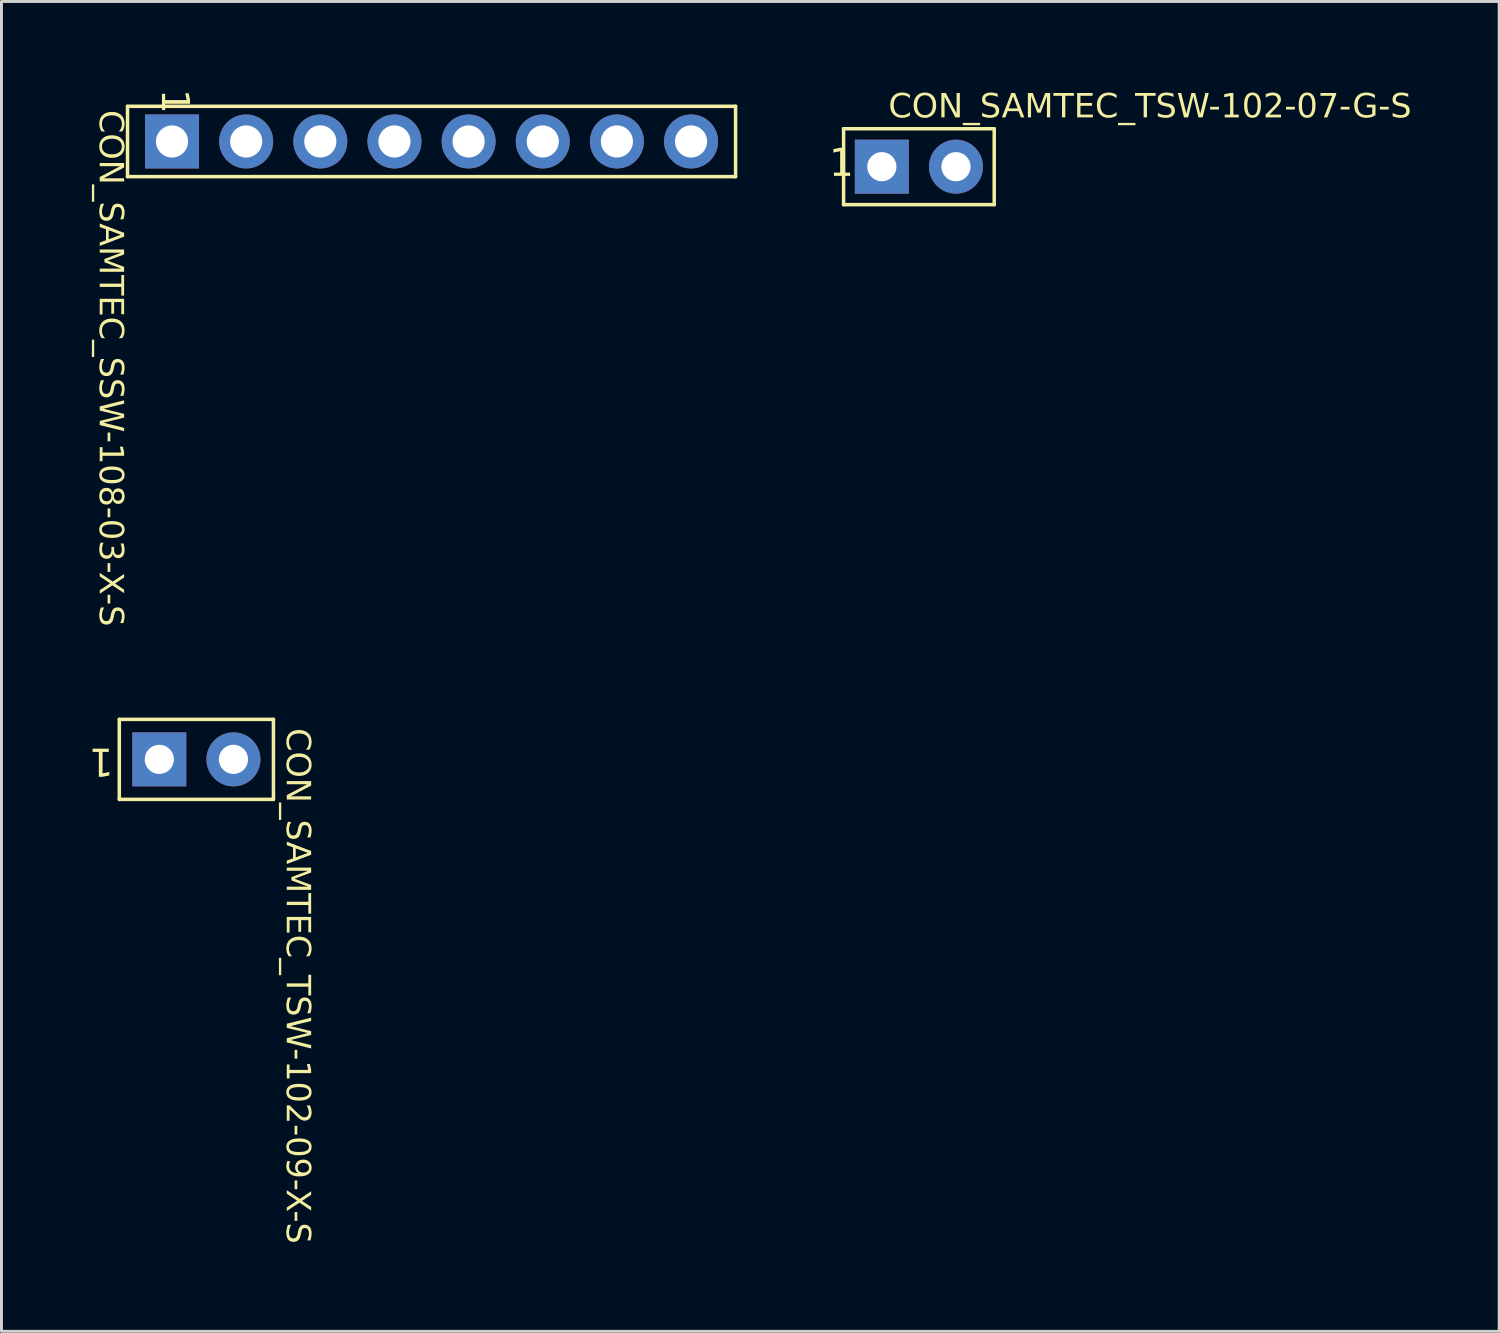
<source format=kicad_pcb>
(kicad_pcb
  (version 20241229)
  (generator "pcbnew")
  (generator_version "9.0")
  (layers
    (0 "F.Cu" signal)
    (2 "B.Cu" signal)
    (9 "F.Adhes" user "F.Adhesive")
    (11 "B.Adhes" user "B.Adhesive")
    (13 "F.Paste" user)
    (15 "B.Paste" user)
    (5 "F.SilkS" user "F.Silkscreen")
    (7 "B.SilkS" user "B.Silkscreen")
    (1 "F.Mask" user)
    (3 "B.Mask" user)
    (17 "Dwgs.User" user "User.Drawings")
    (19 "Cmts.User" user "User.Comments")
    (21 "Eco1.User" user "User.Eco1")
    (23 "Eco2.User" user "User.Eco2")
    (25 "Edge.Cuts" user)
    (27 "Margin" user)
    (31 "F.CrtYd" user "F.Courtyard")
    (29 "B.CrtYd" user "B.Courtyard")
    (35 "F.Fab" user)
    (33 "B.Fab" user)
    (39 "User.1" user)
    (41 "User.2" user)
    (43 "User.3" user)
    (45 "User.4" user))
  (footprint "CON_SAMTEC_TSW-102-09-X-S"
    (layer "F.Cu")
    (at 3.677 22.963)
    (property "Reference" "CON_SAMTEC_TSW-102-09-X-S" (at 2.957 -1.07 270) (unlocked yes) (layer "F.SilkS") (effects (font (face "Arial") (size 0.819 0.819) (thickness 0.254)) (justify left bottom)))
    (fp_line (start -2.64 -1.37) (end -2.64 1.37) (stroke (width 0.12) (type solid)) (layer "F.SilkS"))
    (fp_line (start 2.64 -1.37) (end -2.64 -1.37) (stroke (width 0.12) (type solid)) (layer "F.SilkS"))
    (fp_line (start 2.64 -1.37) (end 2.64 1.37) (stroke (width 0.12) (type solid)) (layer "F.SilkS"))
    (fp_line (start 2.64 1.37) (end -2.64 1.37) (stroke (width 0.12) (type solid)) (layer "F.SilkS"))
    (fp_line (start -2.82 -1.55) (end -2.82 1.55) (stroke (width 0.01) (type solid)) (layer "Eco1.User"))
    (fp_line (start -2.64 -1.37) (end -2.64 1.37) (stroke (width 0.01) (type solid)) (layer "Eco1.User"))
    (fp_line (start -2.195 -0.925) (end -2.195 0.925) (stroke (width 0.01) (type solid)) (layer "Eco1.User"))
    (fp_line (start -0.345 -0.925) (end -2.195 -0.925) (stroke (width 0.01) (type solid)) (layer "Eco1.User"))
    (fp_line (start -0.345 -0.925) (end -0.345 0.925) (stroke (width 0.01) (type solid)) (layer "Eco1.User"))
    (fp_line (start -0.345 0.925) (end -2.195 0.925) (stroke (width 0.01) (type solid)) (layer "Eco1.User"))
    (fp_line (start 2.64 -1.37) (end -2.64 -1.37) (stroke (width 0.01) (type solid)) (layer "Eco1.User"))
    (fp_line (start 2.64 -1.37) (end 2.64 1.37) (stroke (width 0.01) (type solid)) (layer "Eco1.User"))
    (fp_line (start 2.64 1.37) (end -2.64 1.37) (stroke (width 0.01) (type solid)) (layer "Eco1.User"))
    (fp_line (start 2.82 -1.55) (end -2.82 -1.55) (stroke (width 0.01) (type solid)) (layer "Eco1.User"))
    (fp_line (start 2.82 -1.55) (end 2.82 1.55) (stroke (width 0.01) (type solid)) (layer "Eco1.User"))
    (fp_line (start 2.82 1.55) (end -2.82 1.55) (stroke (width 0.01) (type solid)) (layer "Eco1.User"))
    (fp_circle (center 1.27 0) (end 1.27 0.925) (stroke (width 0.01) (type solid)) (fill no) (layer "Eco1.User"))
    (fp_text user "1" (at -2.836 -0.527 180) (unlocked yes) (layer "F.SilkS") (effects (font (face "Arial") (size 0.945 0.945) (thickness 0.12)) (justify left bottom)))
    (fp_text user "1" (at -1.193 -0.495 180) (unlocked yes) (layer "Eco1.User") (effects (font (face "Arial") (size 0.945 0.945) (thickness 0.1)) (justify left bottom)))
    (fp_text user "'.Designator'" (at 2.019 -0.42 180) (unlocked yes) (layer "Eco1.User") (effects (font (face "Arial") (size 0.472 0.472) (thickness 0.254)) (justify left bottom)))
    (pad "1" thru_hole rect (at -1.27 0) (size 1.85 1.85) (drill 1) (layers "*.Cu" "*.Mask"))
    (pad "2" thru_hole circle (at 1.27 0) (size 1.85 1.85) (drill 1) (layers "*.Cu" "*.Mask")))
  (footprint "CON_SAMTEC_TSW-102-07-G-S"
    (layer "F.Cu")
    (at 28.428 2.66)
    (property "Reference" "CON_SAMTEC_TSW-102-07-G-S" (at -1.045 -1.55 0) (unlocked yes) (layer "F.SilkS") (effects (font (face "Arial") (size 0.819 0.819) (thickness 0.254)) (justify left bottom)))
    (fp_line (start -2.58 -1.3) (end 2.58 -1.3) (stroke (width 0.12) (type solid)) (layer "F.SilkS"))
    (fp_line (start -2.58 1.3) (end -2.58 -1.3) (stroke (width 0.12) (type solid)) (layer "F.SilkS"))
    (fp_line (start -2.58 1.3) (end 2.58 1.3) (stroke (width 0.12) (type solid)) (layer "F.SilkS"))
    (fp_line (start 2.58 1.3) (end 2.58 -1.3) (stroke (width 0.12) (type solid)) (layer "F.SilkS"))
    (fp_line (start -2.82 -1.55) (end 2.82 -1.55) (stroke (width 0.01) (type solid)) (layer "Eco1.User"))
    (fp_line (start -2.82 1.55) (end -2.82 -1.55) (stroke (width 0.01) (type solid)) (layer "Eco1.User"))
    (fp_line (start -2.82 1.55) (end 2.82 1.55) (stroke (width 0.01) (type solid)) (layer "Eco1.User"))
    (fp_line (start -2.64 -1.37) (end 2.64 -1.37) (stroke (width 0.01) (type solid)) (layer "Eco1.User"))
    (fp_line (start -2.64 1.37) (end -2.64 -1.37) (stroke (width 0.01) (type solid)) (layer "Eco1.User"))
    (fp_line (start -2.64 1.37) (end 2.64 1.37) (stroke (width 0.01) (type solid)) (layer "Eco1.User"))
    (fp_line (start -2.195 -0.925) (end -0.345 -0.925) (stroke (width 0.01) (type solid)) (layer "Eco1.User"))
    (fp_line (start -2.195 0.925) (end -2.195 -0.925) (stroke (width 0.01) (type solid)) (layer "Eco1.User"))
    (fp_line (start -2.195 0.925) (end -0.345 0.925) (stroke (width 0.01) (type solid)) (layer "Eco1.User"))
    (fp_line (start -0.345 0.925) (end -0.345 -0.925) (stroke (width 0.01) (type solid)) (layer "Eco1.User"))
    (fp_line (start 2.64 1.37) (end 2.64 -1.37) (stroke (width 0.01) (type solid)) (layer "Eco1.User"))
    (fp_line (start 2.82 1.55) (end 2.82 -1.55) (stroke (width 0.01) (type solid)) (layer "Eco1.User"))
    (fp_circle (center 1.27 0) (end 1.27 -0.925) (stroke (width 0.01) (type solid)) (fill no) (layer "Eco1.User"))
    (fp_text user "1" (at -3.075 0.475 0) (unlocked yes) (layer "F.SilkS") (effects (font (face "Arial") (size 0.945 0.945) (thickness 0.12)) (justify left bottom)))
    (fp_text user "1" (at -1.525 0.525 0) (unlocked yes) (layer "Eco1.User") (effects (font (face "Arial") (size 0.945 0.945) (thickness 0.1)) (justify left bottom)))
    (fp_text user "'.Designator'" (at -2 0.5 0) (unlocked yes) (layer "Eco1.User") (effects (font (face "Arial") (size 0.472 0.472) (thickness 0.254)) (justify left bottom)))
    (pad "1" thru_hole rect (at -1.27 0) (size 1.85 1.85) (drill 1) (layers "*.Cu" "*.Mask"))
    (pad "2" thru_hole circle (at 1.27 0) (size 1.85 1.85) (drill 1) (layers "*.Cu" "*.Mask")))
  (footprint "CON_SAMTEC_SSW-108-03-X-S"
    (layer "F.Cu")
    (at 11.733 1.796)
    (property "Reference" "CON_SAMTEC_SSW-108-03-X-S" (at -11.506 -1.077 270) (unlocked yes) (layer "F.SilkS") (effects (font (face "Arial") (size 0.819 0.819) (thickness 0.254)) (justify left bottom)))
    (fp_line (start -10.415 -1.205) (end -10.415 1.205) (stroke (width 0.12) (type solid)) (layer "F.SilkS"))
    (fp_line (start -10.415 -1.205) (end 10.415 -1.205) (stroke (width 0.12) (type solid)) (layer "F.SilkS"))
    (fp_line (start -10.415 1.205) (end 10.415 1.205) (stroke (width 0.12) (type solid)) (layer "F.SilkS"))
    (fp_line (start 10.415 -1.205) (end 10.415 1.205) (stroke (width 0.12) (type solid)) (layer "F.SilkS"))
    (fp_line (start -10.615 -1.405) (end -10.615 1.405) (stroke (width 0.01) (type solid)) (layer "Eco1.User"))
    (fp_line (start -10.615 -1.405) (end 10.615 -1.405) (stroke (width 0.01) (type solid)) (layer "Eco1.User"))
    (fp_line (start -10.615 1.405) (end 10.615 1.405) (stroke (width 0.01) (type solid)) (layer "Eco1.User"))
    (fp_line (start -10.415 -1.205) (end -10.415 1.205) (stroke (width 0.01) (type solid)) (layer "Eco1.User"))
    (fp_line (start -10.415 -1.205) (end 10.415 -1.205) (stroke (width 0.01) (type solid)) (layer "Eco1.User"))
    (fp_line (start -10.415 1.205) (end 10.415 1.205) (stroke (width 0.01) (type solid)) (layer "Eco1.User"))
    (fp_line (start -9.815 -0.925) (end -9.815 0.925) (stroke (width 0.01) (type solid)) (layer "Eco1.User"))
    (fp_line (start -9.815 -0.925) (end -7.965 -0.925) (stroke (width 0.01) (type solid)) (layer "Eco1.User"))
    (fp_line (start -9.815 0.925) (end -7.965 0.925) (stroke (width 0.01) (type solid)) (layer "Eco1.User"))
    (fp_line (start -7.965 -0.925) (end -7.965 0.925) (stroke (width 0.01) (type solid)) (layer "Eco1.User"))
    (fp_line (start 10.415 -1.205) (end 10.415 1.205) (stroke (width 0.01) (type solid)) (layer "Eco1.User"))
    (fp_line (start 10.615 -1.405) (end 10.615 1.405) (stroke (width 0.01) (type solid)) (layer "Eco1.User"))
    (fp_circle (center -6.35 0) (end -5.425 0) (stroke (width 0.01) (type solid)) (fill no) (layer "Eco1.User"))
    (fp_circle (center -3.81 0) (end -2.885 0) (stroke (width 0.01) (type solid)) (fill no) (layer "Eco1.User"))
    (fp_circle (center -1.27 0) (end -0.345 0) (stroke (width 0.01) (type solid)) (fill no) (layer "Eco1.User"))
    (fp_circle (center 1.27 0) (end 2.195 0) (stroke (width 0.01) (type solid)) (fill no) (layer "Eco1.User"))
    (fp_circle (center 3.81 0) (end 4.735 0) (stroke (width 0.01) (type solid)) (fill no) (layer "Eco1.User"))
    (fp_circle (center 6.35 0) (end 7.275 0) (stroke (width 0.01) (type solid)) (fill no) (layer "Eco1.User"))
    (fp_circle (center 8.89 0) (end 9.815 0) (stroke (width 0.01) (type solid)) (fill no) (layer "Eco1.User"))
    (fp_text user "1" (at -9.396 -1.796 270) (unlocked yes) (layer "F.SilkS") (effects (font (face "Arial") (size 0.945 0.945) (thickness 0.12)) (justify left bottom)))
    (fp_text user "1" (at -9.08 0.5 0) (unlocked yes) (layer "Eco1.User") (effects (font (face "Arial") (size 0.945 0.945) (thickness 0.1)) (justify left bottom)))
    (fp_text user "8" (at 8.55 0.525 0) (unlocked yes) (layer "Eco1.User") (effects (font (face "Arial") (size 0.945 0.945) (thickness 0.1)) (justify left bottom)))
    (fp_text user "'.Designator'" (at -2 0.5 0) (unlocked yes) (layer "Eco1.User") (effects (font (face "Arial") (size 0.472 0.472) (thickness 0.254)) (justify left bottom)))
    (pad "1" thru_hole rect (at -8.89 0) (size 1.85 1.85) (drill 1.1) (layers "*.Cu" "*.Mask"))
    (pad "2" thru_hole circle (at -6.35 0) (size 1.85 1.85) (drill 1.1) (layers "*.Cu" "*.Mask"))
    (pad "3" thru_hole circle (at -3.81 0) (size 1.85 1.85) (drill 1.1) (layers "*.Cu" "*.Mask"))
    (pad "4" thru_hole circle (at -1.27 0) (size 1.85 1.85) (drill 1.1) (layers "*.Cu" "*.Mask"))
    (pad "5" thru_hole circle (at 1.27 0) (size 1.85 1.85) (drill 1.1) (layers "*.Cu" "*.Mask"))
    (pad "6" thru_hole circle (at 3.81 0) (size 1.85 1.85) (drill 1.1) (layers "*.Cu" "*.Mask"))
    (pad "7" thru_hole circle (at 6.35 0) (size 1.85 1.85) (drill 1.1) (layers "*.Cu" "*.Mask"))
    (pad "8" thru_hole circle (at 8.89 0) (size 1.85 1.85) (drill 1.1) (layers "*.Cu" "*.Mask")))
  (gr_rect
    (start -3 -3)
    (end 48.305 42.556)
    (stroke (width 0.1) (type default))
    (fill no)
    (layer "Edge.Cuts")))
</source>
